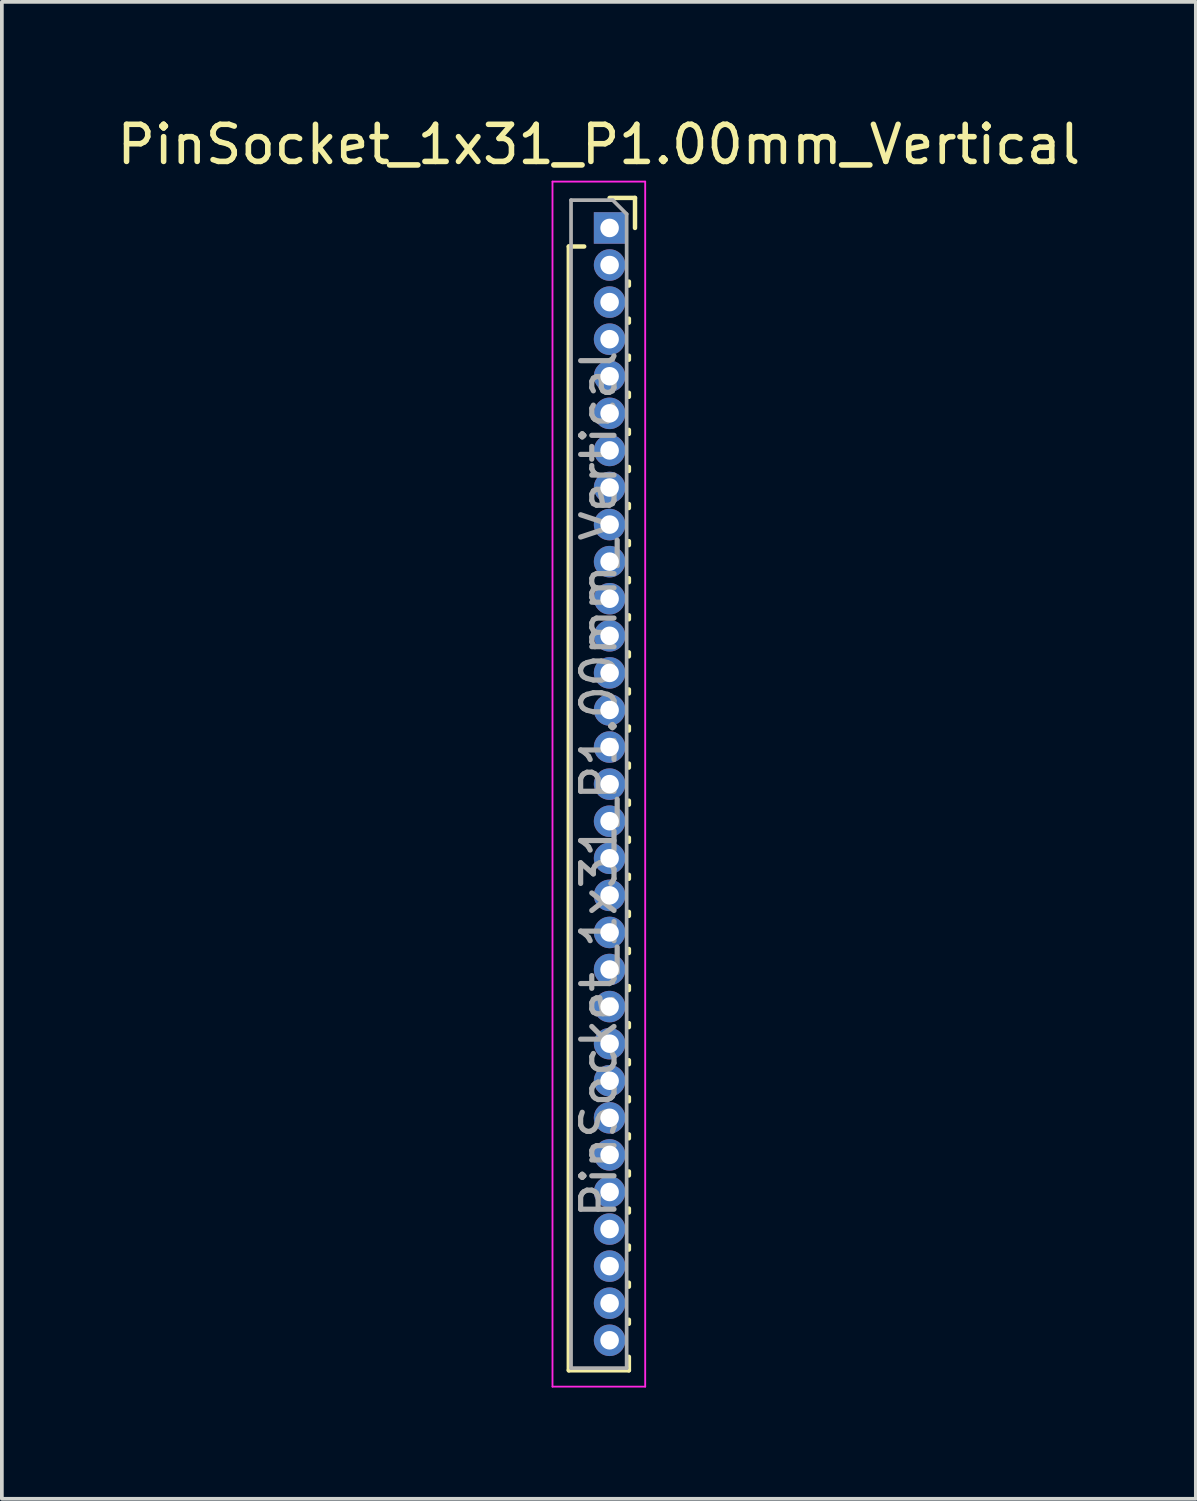
<source format=kicad_pcb>
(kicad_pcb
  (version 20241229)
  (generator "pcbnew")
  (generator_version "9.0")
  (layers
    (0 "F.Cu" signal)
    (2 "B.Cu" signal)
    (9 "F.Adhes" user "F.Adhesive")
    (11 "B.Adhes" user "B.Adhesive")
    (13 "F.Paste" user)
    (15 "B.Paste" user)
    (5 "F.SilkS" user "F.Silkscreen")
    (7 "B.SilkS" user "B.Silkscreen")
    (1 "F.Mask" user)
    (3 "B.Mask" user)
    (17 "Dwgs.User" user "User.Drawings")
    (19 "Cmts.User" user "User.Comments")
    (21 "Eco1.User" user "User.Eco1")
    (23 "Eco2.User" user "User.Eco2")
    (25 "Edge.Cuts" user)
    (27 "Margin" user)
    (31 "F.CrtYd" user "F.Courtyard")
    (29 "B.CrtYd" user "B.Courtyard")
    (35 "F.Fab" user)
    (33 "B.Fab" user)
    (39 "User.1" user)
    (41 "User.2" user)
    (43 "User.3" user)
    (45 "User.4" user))
  (footprint "PinSocket_1x31_P1.00mm_Vertical"
    (layer "F.Cu")
    (at 13.391 3.098)
    (property "Reference" "PinSocket_1x31_P1.00mm_Vertical" (at -0.29 -2.25 0) (layer "F.SilkS") (effects (font (size 1 1) (thickness 0.15))))
    (attr through_hole)
    (fp_line (start -1.1 0.5) (end -1.1 30.81) (stroke (width 0.12) (type solid)) (layer "F.SilkS"))
    (fp_line (start -1.1 0.5) (end -0.685 0.5) (stroke (width 0.12) (type solid)) (layer "F.SilkS"))
    (fp_line (start -1.1 30.81) (end 0.52 30.81) (stroke (width 0.12) (type solid)) (layer "F.SilkS"))
    (fp_line (start 0 -0.81) (end 0.685 -0.81) (stroke (width 0.12) (type solid)) (layer "F.SilkS"))
    (fp_line (start 0.52 1.446) (end 0.52 1.554) (stroke (width 0.12) (type solid)) (layer "F.SilkS"))
    (fp_line (start 0.52 2.446) (end 0.52 2.554) (stroke (width 0.12) (type solid)) (layer "F.SilkS"))
    (fp_line (start 0.52 3.446) (end 0.52 3.554) (stroke (width 0.12) (type solid)) (layer "F.SilkS"))
    (fp_line (start 0.52 4.446) (end 0.52 4.554) (stroke (width 0.12) (type solid)) (layer "F.SilkS"))
    (fp_line (start 0.52 5.446) (end 0.52 5.554) (stroke (width 0.12) (type solid)) (layer "F.SilkS"))
    (fp_line (start 0.52 6.446) (end 0.52 6.554) (stroke (width 0.12) (type solid)) (layer "F.SilkS"))
    (fp_line (start 0.52 7.446) (end 0.52 7.554) (stroke (width 0.12) (type solid)) (layer "F.SilkS"))
    (fp_line (start 0.52 8.446) (end 0.52 8.554) (stroke (width 0.12) (type solid)) (layer "F.SilkS"))
    (fp_line (start 0.52 9.446) (end 0.52 9.554) (stroke (width 0.12) (type solid)) (layer "F.SilkS"))
    (fp_line (start 0.52 10.446) (end 0.52 10.554) (stroke (width 0.12) (type solid)) (layer "F.SilkS"))
    (fp_line (start 0.52 11.446) (end 0.52 11.554) (stroke (width 0.12) (type solid)) (layer "F.SilkS"))
    (fp_line (start 0.52 12.446) (end 0.52 12.554) (stroke (width 0.12) (type solid)) (layer "F.SilkS"))
    (fp_line (start 0.52 13.446) (end 0.52 13.554) (stroke (width 0.12) (type solid)) (layer "F.SilkS"))
    (fp_line (start 0.52 14.446) (end 0.52 14.554) (stroke (width 0.12) (type solid)) (layer "F.SilkS"))
    (fp_line (start 0.52 15.446) (end 0.52 15.554) (stroke (width 0.12) (type solid)) (layer "F.SilkS"))
    (fp_line (start 0.52 16.446) (end 0.52 16.554) (stroke (width 0.12) (type solid)) (layer "F.SilkS"))
    (fp_line (start 0.52 17.446) (end 0.52 17.554) (stroke (width 0.12) (type solid)) (layer "F.SilkS"))
    (fp_line (start 0.52 18.446) (end 0.52 18.554) (stroke (width 0.12) (type solid)) (layer "F.SilkS"))
    (fp_line (start 0.52 19.446) (end 0.52 19.554) (stroke (width 0.12) (type solid)) (layer "F.SilkS"))
    (fp_line (start 0.52 20.446) (end 0.52 20.554) (stroke (width 0.12) (type solid)) (layer "F.SilkS"))
    (fp_line (start 0.52 21.446) (end 0.52 21.554) (stroke (width 0.12) (type solid)) (layer "F.SilkS"))
    (fp_line (start 0.52 22.446) (end 0.52 22.554) (stroke (width 0.12) (type solid)) (layer "F.SilkS"))
    (fp_line (start 0.52 23.446) (end 0.52 23.554) (stroke (width 0.12) (type solid)) (layer "F.SilkS"))
    (fp_line (start 0.52 24.446) (end 0.52 24.554) (stroke (width 0.12) (type solid)) (layer "F.SilkS"))
    (fp_line (start 0.52 25.446) (end 0.52 25.554) (stroke (width 0.12) (type solid)) (layer "F.SilkS"))
    (fp_line (start 0.52 26.446) (end 0.52 26.554) (stroke (width 0.12) (type solid)) (layer "F.SilkS"))
    (fp_line (start 0.52 27.446) (end 0.52 27.554) (stroke (width 0.12) (type solid)) (layer "F.SilkS"))
    (fp_line (start 0.52 28.446) (end 0.52 28.554) (stroke (width 0.12) (type solid)) (layer "F.SilkS"))
    (fp_line (start 0.52 29.446) (end 0.52 29.554) (stroke (width 0.12) (type solid)) (layer "F.SilkS"))
    (fp_line (start 0.52 30.446) (end 0.52 30.81) (stroke (width 0.12) (type solid)) (layer "F.SilkS"))
    (fp_line (start 0.685 -0.81) (end 0.685 0) (stroke (width 0.12) (type solid)) (layer "F.SilkS"))
    (fp_line (start -1.54 -1.25) (end 0.96 -1.25) (stroke (width 0.05) (type solid)) (layer "F.CrtYd"))
    (fp_line (start -1.54 31.25) (end -1.54 -1.25) (stroke (width 0.05) (type solid)) (layer "F.CrtYd"))
    (fp_line (start 0.96 -1.25) (end 0.96 31.25) (stroke (width 0.05) (type solid)) (layer "F.CrtYd"))
    (fp_line (start 0.96 31.25) (end -1.54 31.25) (stroke (width 0.05) (type solid)) (layer "F.CrtYd"))
    (fp_line (start -1.04 -0.75) (end 0.085 -0.75) (stroke (width 0.1) (type solid)) (layer "F.Fab"))
    (fp_line (start -1.04 30.75) (end -1.04 -0.75) (stroke (width 0.1) (type solid)) (layer "F.Fab"))
    (fp_line (start 0.085 -0.75) (end 0.46 -0.375) (stroke (width 0.1) (type solid)) (layer "F.Fab"))
    (fp_line (start 0.46 -0.375) (end 0.46 30.75) (stroke (width 0.1) (type solid)) (layer "F.Fab"))
    (fp_line (start 0.46 30.75) (end -1.04 30.75) (stroke (width 0.1) (type solid)) (layer "F.Fab"))
    (fp_text user "${REFERENCE}" (at -0.29 15 90) (layer "F.Fab") (effects (font (size 0.9 0.9) (thickness 0.14))))
    (pad "1" thru_hole rect (at 0 0) (size 0.85 0.85) (drill 0.5) (layers "*.Cu" "*.Mask"))
    (pad "2" thru_hole oval (at 0 1) (size 0.85 0.85) (drill 0.5) (layers "*.Cu" "*.Mask"))
    (pad "3" thru_hole oval (at 0 2) (size 0.85 0.85) (drill 0.5) (layers "*.Cu" "*.Mask"))
    (pad "4" thru_hole oval (at 0 3) (size 0.85 0.85) (drill 0.5) (layers "*.Cu" "*.Mask"))
    (pad "5" thru_hole oval (at 0 4) (size 0.85 0.85) (drill 0.5) (layers "*.Cu" "*.Mask"))
    (pad "6" thru_hole oval (at 0 5) (size 0.85 0.85) (drill 0.5) (layers "*.Cu" "*.Mask"))
    (pad "7" thru_hole oval (at 0 6) (size 0.85 0.85) (drill 0.5) (layers "*.Cu" "*.Mask"))
    (pad "8" thru_hole oval (at 0 7) (size 0.85 0.85) (drill 0.5) (layers "*.Cu" "*.Mask"))
    (pad "9" thru_hole oval (at 0 8) (size 0.85 0.85) (drill 0.5) (layers "*.Cu" "*.Mask"))
    (pad "10" thru_hole oval (at 0 9) (size 0.85 0.85) (drill 0.5) (layers "*.Cu" "*.Mask"))
    (pad "11" thru_hole oval (at 0 10) (size 0.85 0.85) (drill 0.5) (layers "*.Cu" "*.Mask"))
    (pad "12" thru_hole oval (at 0 11) (size 0.85 0.85) (drill 0.5) (layers "*.Cu" "*.Mask"))
    (pad "13" thru_hole oval (at 0 12) (size 0.85 0.85) (drill 0.5) (layers "*.Cu" "*.Mask"))
    (pad "14" thru_hole oval (at 0 13) (size 0.85 0.85) (drill 0.5) (layers "*.Cu" "*.Mask"))
    (pad "15" thru_hole oval (at 0 14) (size 0.85 0.85) (drill 0.5) (layers "*.Cu" "*.Mask"))
    (pad "16" thru_hole oval (at 0 15) (size 0.85 0.85) (drill 0.5) (layers "*.Cu" "*.Mask"))
    (pad "17" thru_hole oval (at 0 16) (size 0.85 0.85) (drill 0.5) (layers "*.Cu" "*.Mask"))
    (pad "18" thru_hole oval (at 0 17) (size 0.85 0.85) (drill 0.5) (layers "*.Cu" "*.Mask"))
    (pad "19" thru_hole oval (at 0 18) (size 0.85 0.85) (drill 0.5) (layers "*.Cu" "*.Mask"))
    (pad "20" thru_hole oval (at 0 19) (size 0.85 0.85) (drill 0.5) (layers "*.Cu" "*.Mask"))
    (pad "21" thru_hole oval (at 0 20) (size 0.85 0.85) (drill 0.5) (layers "*.Cu" "*.Mask"))
    (pad "22" thru_hole oval (at 0 21) (size 0.85 0.85) (drill 0.5) (layers "*.Cu" "*.Mask"))
    (pad "23" thru_hole oval (at 0 22) (size 0.85 0.85) (drill 0.5) (layers "*.Cu" "*.Mask"))
    (pad "24" thru_hole oval (at 0 23) (size 0.85 0.85) (drill 0.5) (layers "*.Cu" "*.Mask"))
    (pad "25" thru_hole oval (at 0 24) (size 0.85 0.85) (drill 0.5) (layers "*.Cu" "*.Mask"))
    (pad "26" thru_hole oval (at 0 25) (size 0.85 0.85) (drill 0.5) (layers "*.Cu" "*.Mask"))
    (pad "27" thru_hole oval (at 0 26) (size 0.85 0.85) (drill 0.5) (layers "*.Cu" "*.Mask"))
    (pad "28" thru_hole oval (at 0 27) (size 0.85 0.85) (drill 0.5) (layers "*.Cu" "*.Mask"))
    (pad "29" thru_hole oval (at 0 28) (size 0.85 0.85) (drill 0.5) (layers "*.Cu" "*.Mask"))
    (pad "30" thru_hole oval (at 0 29) (size 0.85 0.85) (drill 0.5) (layers "*.Cu" "*.Mask"))
    (pad "31" thru_hole oval (at 0 30) (size 0.85 0.85) (drill 0.5) (layers "*.Cu" "*.Mask")))
  (gr_rect
    (start -3 -3)
    (end 29.202 37.373)
    (stroke (width 0.1) (type default))
    (fill no)
    (layer "Edge.Cuts")))
</source>
